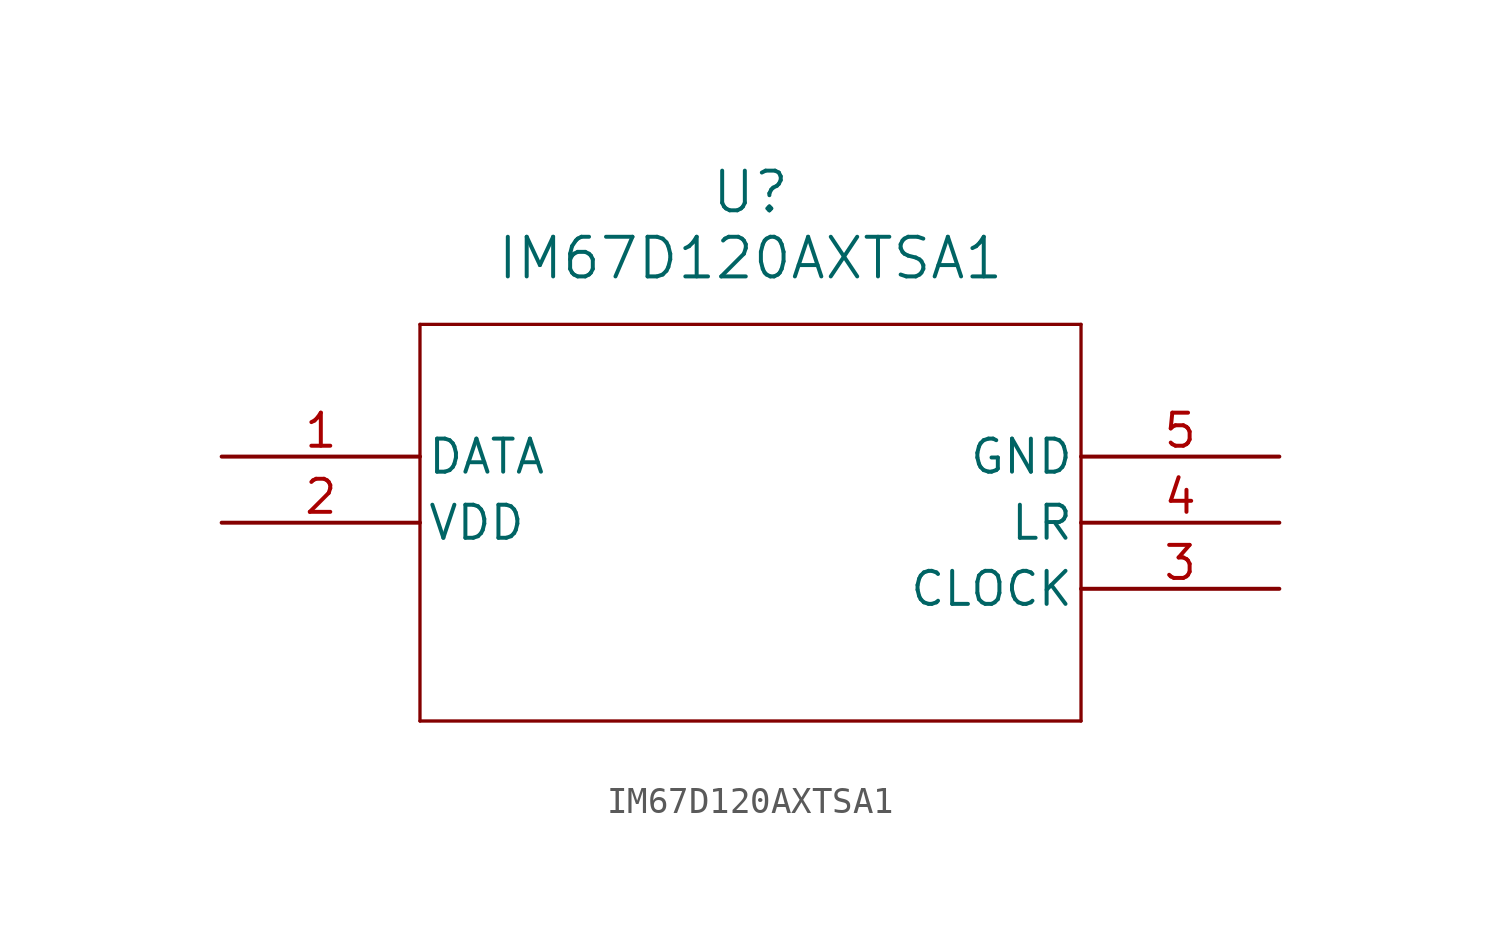
<source format=kicad_sym>
(kicad_symbol_lib
  (version 20211014)
  (generator kicad_symbol_editor)
  (symbol "IM67D120AXTSA1"
    (pin_names
      (offset 0.254))
    (property "Reference" "U"
      (at 20.32 10.16 0)
      (effects (font (size 1.524 1.524))))
    (property "Value" "IM67D120AXTSA1"
      (at 20.32 7.62 0)
      (effects (font (size 1.524 1.524))))
    (symbol "IM67D120AXTSA1_0_1"
      (polyline (pts (xy 7.62 5.08) (xy 7.62 -10.16)) (stroke (width 0.127) (type default) (color 0 0 0 0)) (fill (type none)))
      (polyline (pts (xy 7.62 -10.16) (xy 33.02 -10.16)) (stroke (width 0.127) (type default) (color 0 0 0 0)) (fill (type none)))
      (polyline (pts (xy 33.02 -10.16) (xy 33.02 5.08)) (stroke (width 0.127) (type default) (color 0 0 0 0)) (fill (type none)))
      (polyline (pts (xy 33.02 5.08) (xy 7.62 5.08)) (stroke (width 0.127) (type default) (color 0 0 0 0)) (fill (type none)))
      (pin output line (at 0 0 0) (length 7.62) (name "DATA" (effects (font (size 1.27 1.27)))) (number "1" (effects (font (size 1.27 1.27)))))
      (pin power_in line (at 0 -2.54 0) (length 7.62) (name "VDD" (effects (font (size 1.27 1.27)))) (number "2" (effects (font (size 1.27 1.27)))))
      (pin input line (at 40.64 -5.08 180) (length 7.62) (name "CLOCK" (effects (font (size 1.27 1.27)))) (number "3" (effects (font (size 1.27 1.27)))))
      (pin unspecified line (at 40.64 -2.54 180) (length 7.62) (name "LR" (effects (font (size 1.27 1.27)))) (number "4" (effects (font (size 1.27 1.27)))))
      (pin power_out line (at 40.64 0 180) (length 7.62) (name "GND" (effects (font (size 1.27 1.27)))) (number "5" (effects (font (size 1.27 1.27))))))))
</source>
